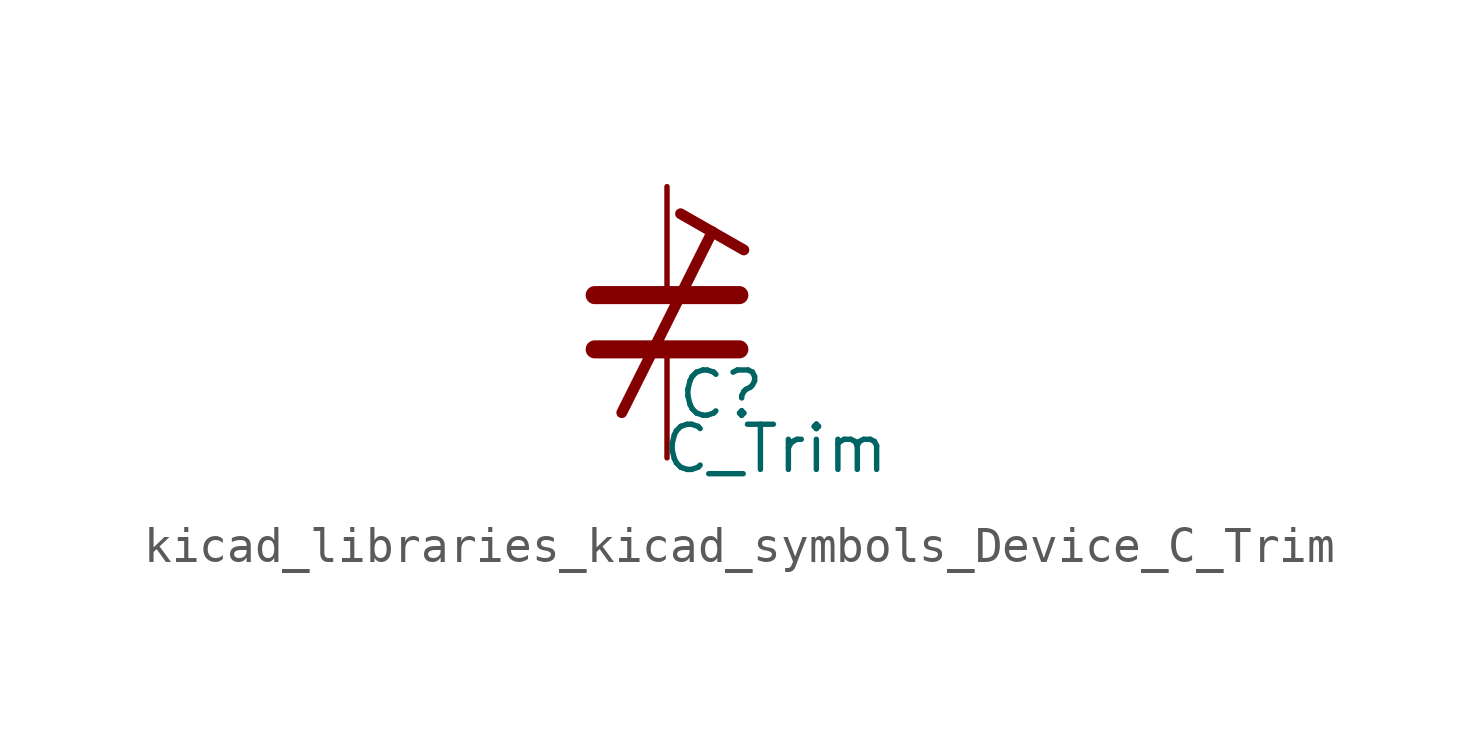
<source format=kicad_sym>
(kicad_symbol_lib
  (version 20220914)
  (generator kicad_symbol_editor)
  (symbol "kicad_libraries_kicad_symbols_Device_C_Trim"
    (pin_numbers hide)
    (pin_names
      (offset 0.254) hide)
    (property "Reference" "C"
      (at 1.524 -2.032 0)
      (effects (font (size 1.27 1.27))))
    (property "Value" "C_Trim"
      (at 3.048 -3.556 0)
      (effects (font (size 1.27 1.27))))
    (symbol "kicad_libraries_kicad_symbols_Device_C_Trim_0_1"
      (polyline (pts (xy -2.032 -0.762) (xy 2.032 -0.762)) (stroke (width 0.508) (type default)) (fill (type none)))
      (polyline (pts (xy -2.032 0.762) (xy 2.032 0.762)) (stroke (width 0.508) (type default)) (fill (type none)))
      (polyline (pts (xy 1.27 2.54) (xy -1.27 -2.54)) (stroke (width 0.305) (type default)) (fill (type none)))
      (polyline (pts (xy 1.27 2.54) (xy 0.381 3.048)) (stroke (width 0.305) (type default)) (fill (type none)))
      (polyline (pts (xy 1.27 2.54) (xy 2.159 2.032)) (stroke (width 0.305) (type default)) (fill (type none))))
    (symbol "kicad_libraries_kicad_symbols_Device_C_Trim_1_1"
      (pin passive line (at 0 3.81 270) (length 3.048) (name "~" (effects (font (size 1.27 1.27)))) (number "1" (effects (font (size 1.27 1.27)))))
      (pin passive line (at 0 -3.81 90) (length 3.048) (name "~" (effects (font (size 1.27 1.27)))) (number "2" (effects (font (size 1.27 1.27))))))))
</source>
